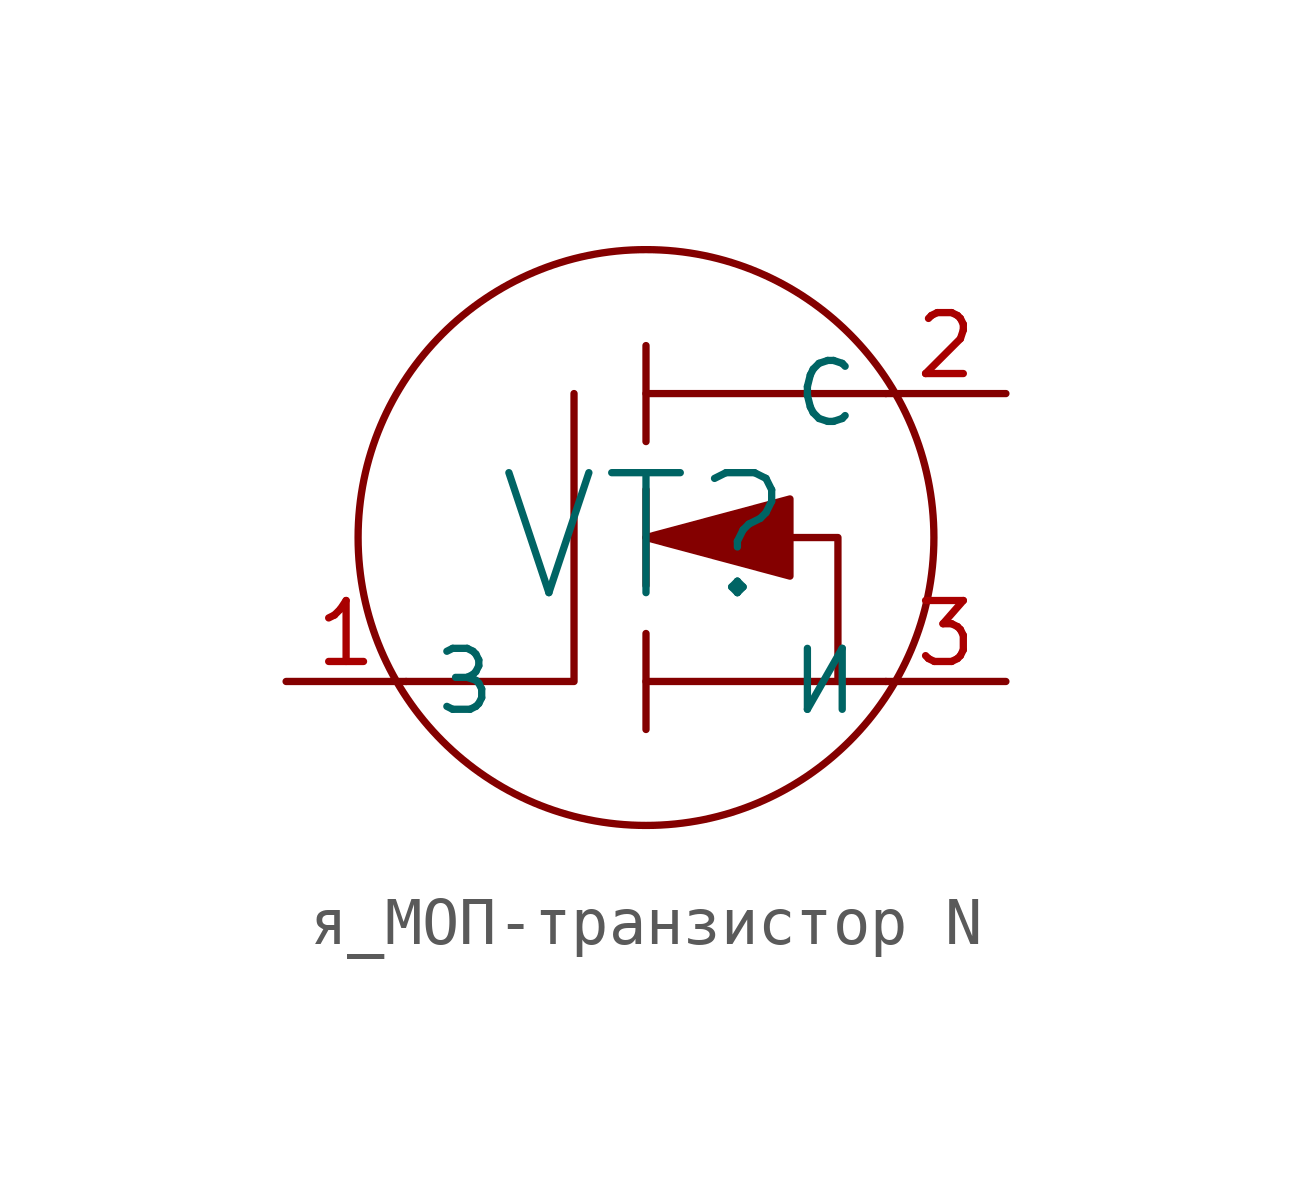
<source format=kicad_sym>
(kicad_symbol_lib
  (version 20220914)
  (generator kicad_symbol_editor)
  (symbol "я_МОП-транзистор N"
    (property "Reference" "VT"
      (at 0 0 0)
      (effects (font (size 2.5 2.5))))
    (property "Value" ""
      (at 0 0 0)
      (effects (font (size 1.27 1.27))))
    (symbol "я_МОП-транзистор N_0_1"
      (polyline (pts (xy 0 -3) (xy 5 -3)) (stroke (width 0) (type default)) (fill (type none)))
      (polyline (pts (xy 0 -2) (xy 0 -4)) (stroke (width 0) (type default)) (fill (type none)))
      (polyline (pts (xy 0 1) (xy 0 -1)) (stroke (width 0) (type default)) (fill (type none)))
      (polyline (pts (xy 0 3) (xy 5 3)) (stroke (width 0) (type default)) (fill (type none)))
      (polyline (pts (xy 0 4) (xy 0 2)) (stroke (width 0) (type default)) (fill (type none)))
      (polyline (pts (xy -1.5 3) (xy -1.5 -3) (xy -5 -3)) (stroke (width 0) (type default)) (fill (type none)))
      (polyline (pts (xy 0 0) (xy 4 0) (xy 4 -3)) (stroke (width 0) (type default)) (fill (type none)))
      (polyline (pts (xy 0 0) (xy 3 0.804) (xy 3 -0.804) (xy 0 0)) (stroke (width 0) (type default)) (fill (type outline)))
      (circle (center 0 0) (radius 6) (stroke (width 0) (type default)) (fill (type none))))
    (symbol "я_МОП-транзистор N_1_1"
      (pin input line (at -7.5 -3 0) (length 2.5) (name "З" (effects (font (size 1.27 1.27)))) (number "1" (effects (font (size 1.27 1.27)))))
      (pin input line (at 7.5 3 180) (length 2.5) (name "С" (effects (font (size 1.27 1.27)))) (number "2" (effects (font (size 1.27 1.27)))))
      (pin input line (at 7.5 -3 180) (length 2.5) (name "И" (effects (font (size 1.27 1.27)))) (number "3" (effects (font (size 1.27 1.27))))))))
</source>
